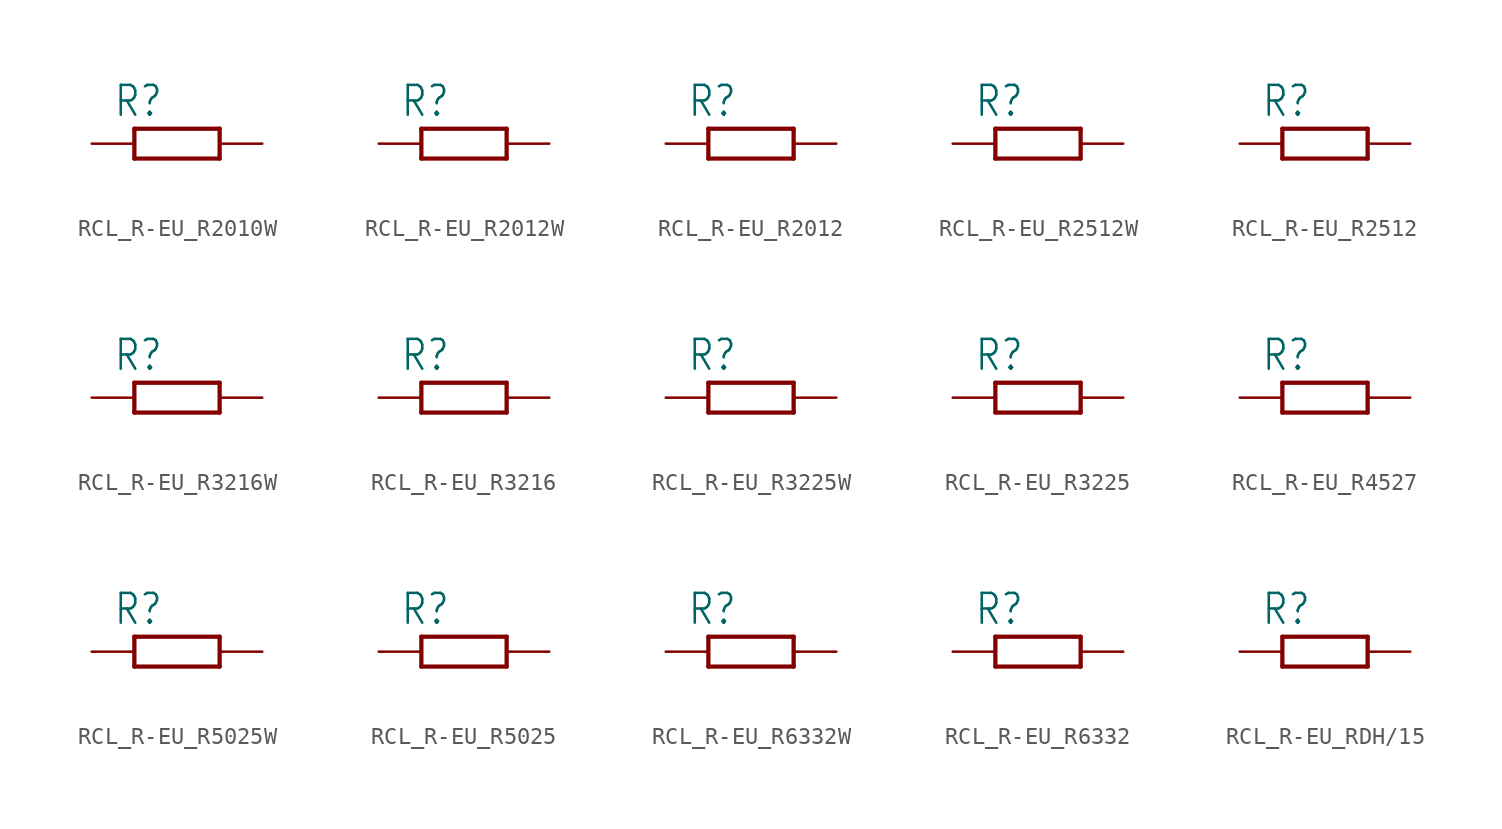
<source format=kicad_sym>
(kicad_symbol_lib
  (version 20241209)
  (generator "kicad_symbol_editor")
  (generator_version "9.0")
  (symbol "RCL_R-EU_R2010W"
    (property "Reference" "R"
      (at -3.81 1.499 0)
      (effects (font (size 1.778 1.511)) (justify left bottom)))
    (property "Value" ""
      (at -3.81 -3.302 0)
      (effects (font (size 1.778 1.511)) (justify left bottom)))
    (property "ki_locked" ""
      (at 0 0 0)
      (effects (font (size 1.27 1.27))))
    (symbol "RCL_R-EU_R2010W_1_0"
      (polyline (pts (xy -2.54 -0.889) (xy -2.54 0.889)) (stroke (width 0.254) (type solid)) (fill (type none)))
      (polyline (pts (xy -2.54 -0.889) (xy 2.54 -0.889)) (stroke (width 0.254) (type solid)) (fill (type none)))
      (polyline (pts (xy 2.54 0.889) (xy -2.54 0.889)) (stroke (width 0.254) (type solid)) (fill (type none)))
      (polyline (pts (xy 2.54 -0.889) (xy 2.54 0.889)) (stroke (width 0.254) (type solid)) (fill (type none)))
      (pin passive line (at -5.08 0 0) (length 2.54) (name "1" (effects (font (size 0 0)))) (number "1" (effects (font (size 0 0)))))
      (pin passive line (at 5.08 0 180) (length 2.54) (name "2" (effects (font (size 0 0)))) (number "2" (effects (font (size 0 0)))))))
  (symbol "RCL_R-EU_R2012W"
    (property "Reference" "R"
      (at -3.81 1.499 0)
      (effects (font (size 1.778 1.511)) (justify left bottom)))
    (property "Value" ""
      (at -3.81 -3.302 0)
      (effects (font (size 1.778 1.511)) (justify left bottom)))
    (property "ki_locked" ""
      (at 0 0 0)
      (effects (font (size 1.27 1.27))))
    (symbol "RCL_R-EU_R2012W_1_0"
      (polyline (pts (xy -2.54 -0.889) (xy -2.54 0.889)) (stroke (width 0.254) (type solid)) (fill (type none)))
      (polyline (pts (xy -2.54 -0.889) (xy 2.54 -0.889)) (stroke (width 0.254) (type solid)) (fill (type none)))
      (polyline (pts (xy 2.54 0.889) (xy -2.54 0.889)) (stroke (width 0.254) (type solid)) (fill (type none)))
      (polyline (pts (xy 2.54 -0.889) (xy 2.54 0.889)) (stroke (width 0.254) (type solid)) (fill (type none)))
      (pin passive line (at -5.08 0 0) (length 2.54) (name "1" (effects (font (size 0 0)))) (number "1" (effects (font (size 0 0)))))
      (pin passive line (at 5.08 0 180) (length 2.54) (name "2" (effects (font (size 0 0)))) (number "2" (effects (font (size 0 0)))))))
  (symbol "RCL_R-EU_R2012"
    (property "Reference" "R"
      (at -3.81 1.499 0)
      (effects (font (size 1.778 1.511)) (justify left bottom)))
    (property "Value" ""
      (at -3.81 -3.302 0)
      (effects (font (size 1.778 1.511)) (justify left bottom)))
    (property "ki_locked" ""
      (at 0 0 0)
      (effects (font (size 1.27 1.27))))
    (symbol "RCL_R-EU_R2012_1_0"
      (polyline (pts (xy -2.54 -0.889) (xy -2.54 0.889)) (stroke (width 0.254) (type solid)) (fill (type none)))
      (polyline (pts (xy -2.54 -0.889) (xy 2.54 -0.889)) (stroke (width 0.254) (type solid)) (fill (type none)))
      (polyline (pts (xy 2.54 0.889) (xy -2.54 0.889)) (stroke (width 0.254) (type solid)) (fill (type none)))
      (polyline (pts (xy 2.54 -0.889) (xy 2.54 0.889)) (stroke (width 0.254) (type solid)) (fill (type none)))
      (pin passive line (at -5.08 0 0) (length 2.54) (name "1" (effects (font (size 0 0)))) (number "1" (effects (font (size 0 0)))))
      (pin passive line (at 5.08 0 180) (length 2.54) (name "2" (effects (font (size 0 0)))) (number "2" (effects (font (size 0 0)))))))
  (symbol "RCL_R-EU_R2512W"
    (property "Reference" "R"
      (at -3.81 1.499 0)
      (effects (font (size 1.778 1.511)) (justify left bottom)))
    (property "Value" ""
      (at -3.81 -3.302 0)
      (effects (font (size 1.778 1.511)) (justify left bottom)))
    (property "ki_locked" ""
      (at 0 0 0)
      (effects (font (size 1.27 1.27))))
    (symbol "RCL_R-EU_R2512W_1_0"
      (polyline (pts (xy -2.54 -0.889) (xy -2.54 0.889)) (stroke (width 0.254) (type solid)) (fill (type none)))
      (polyline (pts (xy -2.54 -0.889) (xy 2.54 -0.889)) (stroke (width 0.254) (type solid)) (fill (type none)))
      (polyline (pts (xy 2.54 0.889) (xy -2.54 0.889)) (stroke (width 0.254) (type solid)) (fill (type none)))
      (polyline (pts (xy 2.54 -0.889) (xy 2.54 0.889)) (stroke (width 0.254) (type solid)) (fill (type none)))
      (pin passive line (at -5.08 0 0) (length 2.54) (name "1" (effects (font (size 0 0)))) (number "1" (effects (font (size 0 0)))))
      (pin passive line (at 5.08 0 180) (length 2.54) (name "2" (effects (font (size 0 0)))) (number "2" (effects (font (size 0 0)))))))
  (symbol "RCL_R-EU_R2512"
    (property "Reference" "R"
      (at -3.81 1.499 0)
      (effects (font (size 1.778 1.511)) (justify left bottom)))
    (property "Value" ""
      (at -3.81 -3.302 0)
      (effects (font (size 1.778 1.511)) (justify left bottom)))
    (property "ki_locked" ""
      (at 0 0 0)
      (effects (font (size 1.27 1.27))))
    (symbol "RCL_R-EU_R2512_1_0"
      (polyline (pts (xy -2.54 -0.889) (xy -2.54 0.889)) (stroke (width 0.254) (type solid)) (fill (type none)))
      (polyline (pts (xy -2.54 -0.889) (xy 2.54 -0.889)) (stroke (width 0.254) (type solid)) (fill (type none)))
      (polyline (pts (xy 2.54 0.889) (xy -2.54 0.889)) (stroke (width 0.254) (type solid)) (fill (type none)))
      (polyline (pts (xy 2.54 -0.889) (xy 2.54 0.889)) (stroke (width 0.254) (type solid)) (fill (type none)))
      (pin passive line (at -5.08 0 0) (length 2.54) (name "1" (effects (font (size 0 0)))) (number "1" (effects (font (size 0 0)))))
      (pin passive line (at 5.08 0 180) (length 2.54) (name "2" (effects (font (size 0 0)))) (number "2" (effects (font (size 0 0)))))))
  (symbol "RCL_R-EU_R3216W"
    (property "Reference" "R"
      (at -3.81 1.499 0)
      (effects (font (size 1.778 1.511)) (justify left bottom)))
    (property "Value" ""
      (at -3.81 -3.302 0)
      (effects (font (size 1.778 1.511)) (justify left bottom)))
    (property "ki_locked" ""
      (at 0 0 0)
      (effects (font (size 1.27 1.27))))
    (symbol "RCL_R-EU_R3216W_1_0"
      (polyline (pts (xy -2.54 -0.889) (xy -2.54 0.889)) (stroke (width 0.254) (type solid)) (fill (type none)))
      (polyline (pts (xy -2.54 -0.889) (xy 2.54 -0.889)) (stroke (width 0.254) (type solid)) (fill (type none)))
      (polyline (pts (xy 2.54 0.889) (xy -2.54 0.889)) (stroke (width 0.254) (type solid)) (fill (type none)))
      (polyline (pts (xy 2.54 -0.889) (xy 2.54 0.889)) (stroke (width 0.254) (type solid)) (fill (type none)))
      (pin passive line (at -5.08 0 0) (length 2.54) (name "1" (effects (font (size 0 0)))) (number "1" (effects (font (size 0 0)))))
      (pin passive line (at 5.08 0 180) (length 2.54) (name "2" (effects (font (size 0 0)))) (number "2" (effects (font (size 0 0)))))))
  (symbol "RCL_R-EU_R3216"
    (property "Reference" "R"
      (at -3.81 1.499 0)
      (effects (font (size 1.778 1.511)) (justify left bottom)))
    (property "Value" ""
      (at -3.81 -3.302 0)
      (effects (font (size 1.778 1.511)) (justify left bottom)))
    (property "ki_locked" ""
      (at 0 0 0)
      (effects (font (size 1.27 1.27))))
    (symbol "RCL_R-EU_R3216_1_0"
      (polyline (pts (xy -2.54 -0.889) (xy -2.54 0.889)) (stroke (width 0.254) (type solid)) (fill (type none)))
      (polyline (pts (xy -2.54 -0.889) (xy 2.54 -0.889)) (stroke (width 0.254) (type solid)) (fill (type none)))
      (polyline (pts (xy 2.54 0.889) (xy -2.54 0.889)) (stroke (width 0.254) (type solid)) (fill (type none)))
      (polyline (pts (xy 2.54 -0.889) (xy 2.54 0.889)) (stroke (width 0.254) (type solid)) (fill (type none)))
      (pin passive line (at -5.08 0 0) (length 2.54) (name "1" (effects (font (size 0 0)))) (number "1" (effects (font (size 0 0)))))
      (pin passive line (at 5.08 0 180) (length 2.54) (name "2" (effects (font (size 0 0)))) (number "2" (effects (font (size 0 0)))))))
  (symbol "RCL_R-EU_R3225W"
    (property "Reference" "R"
      (at -3.81 1.499 0)
      (effects (font (size 1.778 1.511)) (justify left bottom)))
    (property "Value" ""
      (at -3.81 -3.302 0)
      (effects (font (size 1.778 1.511)) (justify left bottom)))
    (property "ki_locked" ""
      (at 0 0 0)
      (effects (font (size 1.27 1.27))))
    (symbol "RCL_R-EU_R3225W_1_0"
      (polyline (pts (xy -2.54 -0.889) (xy -2.54 0.889)) (stroke (width 0.254) (type solid)) (fill (type none)))
      (polyline (pts (xy -2.54 -0.889) (xy 2.54 -0.889)) (stroke (width 0.254) (type solid)) (fill (type none)))
      (polyline (pts (xy 2.54 0.889) (xy -2.54 0.889)) (stroke (width 0.254) (type solid)) (fill (type none)))
      (polyline (pts (xy 2.54 -0.889) (xy 2.54 0.889)) (stroke (width 0.254) (type solid)) (fill (type none)))
      (pin passive line (at -5.08 0 0) (length 2.54) (name "1" (effects (font (size 0 0)))) (number "1" (effects (font (size 0 0)))))
      (pin passive line (at 5.08 0 180) (length 2.54) (name "2" (effects (font (size 0 0)))) (number "2" (effects (font (size 0 0)))))))
  (symbol "RCL_R-EU_R3225"
    (property "Reference" "R"
      (at -3.81 1.499 0)
      (effects (font (size 1.778 1.511)) (justify left bottom)))
    (property "Value" ""
      (at -3.81 -3.302 0)
      (effects (font (size 1.778 1.511)) (justify left bottom)))
    (property "ki_locked" ""
      (at 0 0 0)
      (effects (font (size 1.27 1.27))))
    (symbol "RCL_R-EU_R3225_1_0"
      (polyline (pts (xy -2.54 -0.889) (xy -2.54 0.889)) (stroke (width 0.254) (type solid)) (fill (type none)))
      (polyline (pts (xy -2.54 -0.889) (xy 2.54 -0.889)) (stroke (width 0.254) (type solid)) (fill (type none)))
      (polyline (pts (xy 2.54 0.889) (xy -2.54 0.889)) (stroke (width 0.254) (type solid)) (fill (type none)))
      (polyline (pts (xy 2.54 -0.889) (xy 2.54 0.889)) (stroke (width 0.254) (type solid)) (fill (type none)))
      (pin passive line (at -5.08 0 0) (length 2.54) (name "1" (effects (font (size 0 0)))) (number "1" (effects (font (size 0 0)))))
      (pin passive line (at 5.08 0 180) (length 2.54) (name "2" (effects (font (size 0 0)))) (number "2" (effects (font (size 0 0)))))))
  (symbol "RCL_R-EU_R4527"
    (property "Reference" "R"
      (at -3.81 1.499 0)
      (effects (font (size 1.778 1.511)) (justify left bottom)))
    (property "Value" ""
      (at -3.81 -3.302 0)
      (effects (font (size 1.778 1.511)) (justify left bottom)))
    (property "ki_locked" ""
      (at 0 0 0)
      (effects (font (size 1.27 1.27))))
    (symbol "RCL_R-EU_R4527_1_0"
      (polyline (pts (xy -2.54 -0.889) (xy -2.54 0.889)) (stroke (width 0.254) (type solid)) (fill (type none)))
      (polyline (pts (xy -2.54 -0.889) (xy 2.54 -0.889)) (stroke (width 0.254) (type solid)) (fill (type none)))
      (polyline (pts (xy 2.54 0.889) (xy -2.54 0.889)) (stroke (width 0.254) (type solid)) (fill (type none)))
      (polyline (pts (xy 2.54 -0.889) (xy 2.54 0.889)) (stroke (width 0.254) (type solid)) (fill (type none)))
      (pin passive line (at -5.08 0 0) (length 2.54) (name "1" (effects (font (size 0 0)))) (number "1" (effects (font (size 0 0)))))
      (pin passive line (at 5.08 0 180) (length 2.54) (name "2" (effects (font (size 0 0)))) (number "2" (effects (font (size 0 0)))))))
  (symbol "RCL_R-EU_R5025W"
    (property "Reference" "R"
      (at -3.81 1.499 0)
      (effects (font (size 1.778 1.511)) (justify left bottom)))
    (property "Value" ""
      (at -3.81 -3.302 0)
      (effects (font (size 1.778 1.511)) (justify left bottom)))
    (property "ki_locked" ""
      (at 0 0 0)
      (effects (font (size 1.27 1.27))))
    (symbol "RCL_R-EU_R5025W_1_0"
      (polyline (pts (xy -2.54 -0.889) (xy -2.54 0.889)) (stroke (width 0.254) (type solid)) (fill (type none)))
      (polyline (pts (xy -2.54 -0.889) (xy 2.54 -0.889)) (stroke (width 0.254) (type solid)) (fill (type none)))
      (polyline (pts (xy 2.54 0.889) (xy -2.54 0.889)) (stroke (width 0.254) (type solid)) (fill (type none)))
      (polyline (pts (xy 2.54 -0.889) (xy 2.54 0.889)) (stroke (width 0.254) (type solid)) (fill (type none)))
      (pin passive line (at -5.08 0 0) (length 2.54) (name "1" (effects (font (size 0 0)))) (number "1" (effects (font (size 0 0)))))
      (pin passive line (at 5.08 0 180) (length 2.54) (name "2" (effects (font (size 0 0)))) (number "2" (effects (font (size 0 0)))))))
  (symbol "RCL_R-EU_R5025"
    (property "Reference" "R"
      (at -3.81 1.499 0)
      (effects (font (size 1.778 1.511)) (justify left bottom)))
    (property "Value" ""
      (at -3.81 -3.302 0)
      (effects (font (size 1.778 1.511)) (justify left bottom)))
    (property "ki_locked" ""
      (at 0 0 0)
      (effects (font (size 1.27 1.27))))
    (symbol "RCL_R-EU_R5025_1_0"
      (polyline (pts (xy -2.54 -0.889) (xy -2.54 0.889)) (stroke (width 0.254) (type solid)) (fill (type none)))
      (polyline (pts (xy -2.54 -0.889) (xy 2.54 -0.889)) (stroke (width 0.254) (type solid)) (fill (type none)))
      (polyline (pts (xy 2.54 0.889) (xy -2.54 0.889)) (stroke (width 0.254) (type solid)) (fill (type none)))
      (polyline (pts (xy 2.54 -0.889) (xy 2.54 0.889)) (stroke (width 0.254) (type solid)) (fill (type none)))
      (pin passive line (at -5.08 0 0) (length 2.54) (name "1" (effects (font (size 0 0)))) (number "1" (effects (font (size 0 0)))))
      (pin passive line (at 5.08 0 180) (length 2.54) (name "2" (effects (font (size 0 0)))) (number "2" (effects (font (size 0 0)))))))
  (symbol "RCL_R-EU_R6332W"
    (property "Reference" "R"
      (at -3.81 1.499 0)
      (effects (font (size 1.778 1.511)) (justify left bottom)))
    (property "Value" ""
      (at -3.81 -3.302 0)
      (effects (font (size 1.778 1.511)) (justify left bottom)))
    (property "ki_locked" ""
      (at 0 0 0)
      (effects (font (size 1.27 1.27))))
    (symbol "RCL_R-EU_R6332W_1_0"
      (polyline (pts (xy -2.54 -0.889) (xy -2.54 0.889)) (stroke (width 0.254) (type solid)) (fill (type none)))
      (polyline (pts (xy -2.54 -0.889) (xy 2.54 -0.889)) (stroke (width 0.254) (type solid)) (fill (type none)))
      (polyline (pts (xy 2.54 0.889) (xy -2.54 0.889)) (stroke (width 0.254) (type solid)) (fill (type none)))
      (polyline (pts (xy 2.54 -0.889) (xy 2.54 0.889)) (stroke (width 0.254) (type solid)) (fill (type none)))
      (pin passive line (at -5.08 0 0) (length 2.54) (name "1" (effects (font (size 0 0)))) (number "1" (effects (font (size 0 0)))))
      (pin passive line (at 5.08 0 180) (length 2.54) (name "2" (effects (font (size 0 0)))) (number "2" (effects (font (size 0 0)))))))
  (symbol "RCL_R-EU_R6332"
    (property "Reference" "R"
      (at -3.81 1.499 0)
      (effects (font (size 1.778 1.511)) (justify left bottom)))
    (property "Value" ""
      (at -3.81 -3.302 0)
      (effects (font (size 1.778 1.511)) (justify left bottom)))
    (property "ki_locked" ""
      (at 0 0 0)
      (effects (font (size 1.27 1.27))))
    (symbol "RCL_R-EU_R6332_1_0"
      (polyline (pts (xy -2.54 -0.889) (xy -2.54 0.889)) (stroke (width 0.254) (type solid)) (fill (type none)))
      (polyline (pts (xy -2.54 -0.889) (xy 2.54 -0.889)) (stroke (width 0.254) (type solid)) (fill (type none)))
      (polyline (pts (xy 2.54 0.889) (xy -2.54 0.889)) (stroke (width 0.254) (type solid)) (fill (type none)))
      (polyline (pts (xy 2.54 -0.889) (xy 2.54 0.889)) (stroke (width 0.254) (type solid)) (fill (type none)))
      (pin passive line (at -5.08 0 0) (length 2.54) (name "1" (effects (font (size 0 0)))) (number "1" (effects (font (size 0 0)))))
      (pin passive line (at 5.08 0 180) (length 2.54) (name "2" (effects (font (size 0 0)))) (number "2" (effects (font (size 0 0)))))))
  (symbol "RCL_R-EU_RDH/15"
    (property "Reference" "R"
      (at -3.81 1.499 0)
      (effects (font (size 1.778 1.511)) (justify left bottom)))
    (property "Value" ""
      (at -3.81 -3.302 0)
      (effects (font (size 1.778 1.511)) (justify left bottom)))
    (property "ki_locked" ""
      (at 0 0 0)
      (effects (font (size 1.27 1.27))))
    (symbol "RCL_R-EU_RDH/15_1_0"
      (polyline (pts (xy -2.54 -0.889) (xy -2.54 0.889)) (stroke (width 0.254) (type solid)) (fill (type none)))
      (polyline (pts (xy -2.54 -0.889) (xy 2.54 -0.889)) (stroke (width 0.254) (type solid)) (fill (type none)))
      (polyline (pts (xy 2.54 0.889) (xy -2.54 0.889)) (stroke (width 0.254) (type solid)) (fill (type none)))
      (polyline (pts (xy 2.54 -0.889) (xy 2.54 0.889)) (stroke (width 0.254) (type solid)) (fill (type none)))
      (pin passive line (at -5.08 0 0) (length 2.54) (name "1" (effects (font (size 0 0)))) (number "1" (effects (font (size 0 0)))))
      (pin passive line (at 5.08 0 180) (length 2.54) (name "2" (effects (font (size 0 0)))) (number "2" (effects (font (size 0 0))))))))
</source>
